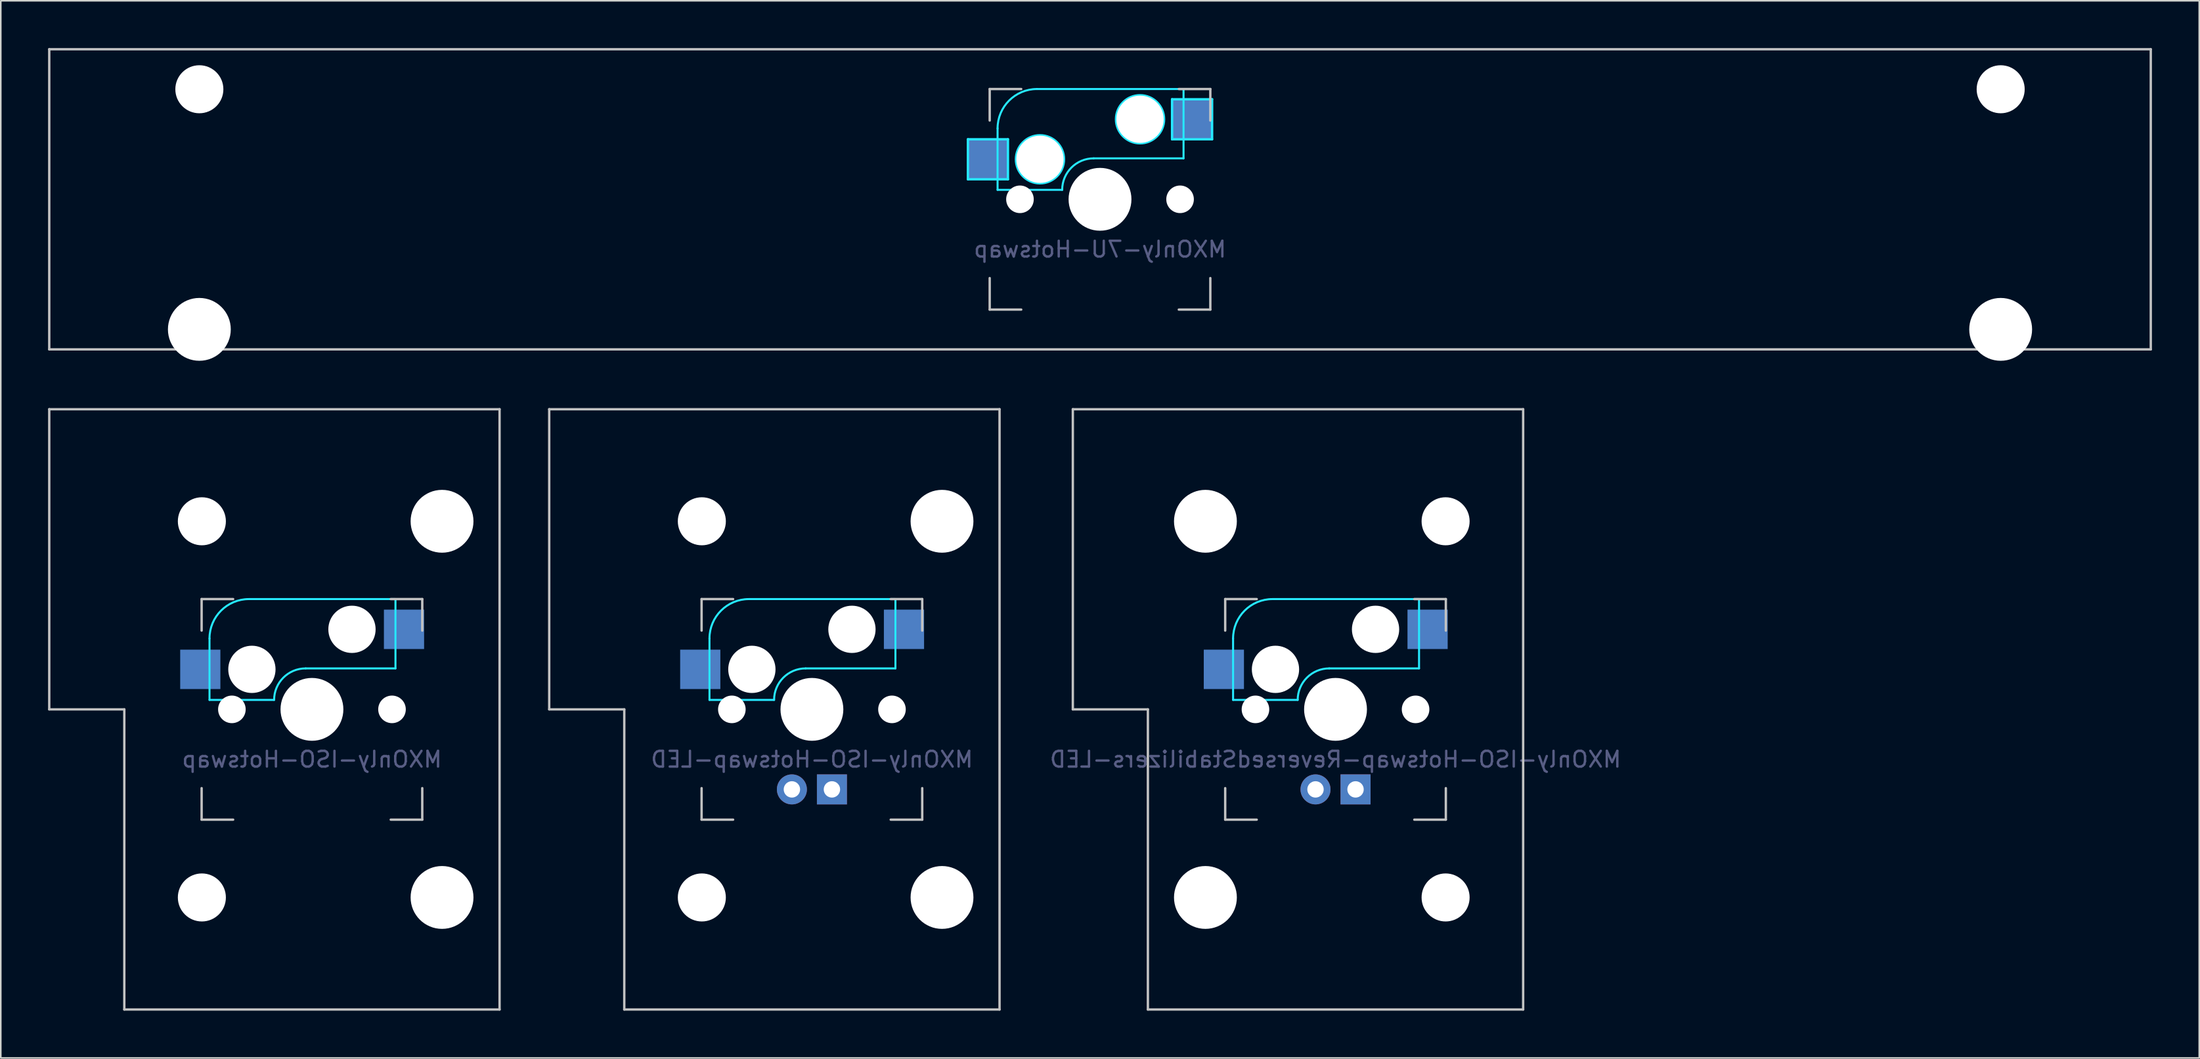
<source format=kicad_pcb>
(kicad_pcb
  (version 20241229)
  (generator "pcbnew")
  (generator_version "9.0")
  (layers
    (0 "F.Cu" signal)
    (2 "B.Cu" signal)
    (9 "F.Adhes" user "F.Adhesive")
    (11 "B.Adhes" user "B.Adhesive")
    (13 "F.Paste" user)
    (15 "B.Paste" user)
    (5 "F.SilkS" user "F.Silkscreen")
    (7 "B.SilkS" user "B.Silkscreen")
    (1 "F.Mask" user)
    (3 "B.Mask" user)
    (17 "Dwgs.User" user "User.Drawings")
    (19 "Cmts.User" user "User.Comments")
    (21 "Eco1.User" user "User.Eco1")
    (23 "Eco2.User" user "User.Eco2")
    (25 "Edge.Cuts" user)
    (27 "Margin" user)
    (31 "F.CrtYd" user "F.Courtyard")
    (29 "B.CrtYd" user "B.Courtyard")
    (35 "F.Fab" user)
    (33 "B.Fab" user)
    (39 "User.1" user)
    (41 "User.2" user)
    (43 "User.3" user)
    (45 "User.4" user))
  (footprint "MXOnly-ISO-Hotswap-LED"
    (layer "F.Cu")
    (at 48.469 41.974)
    (property "Reference" "MXOnly-ISO-Hotswap-LED" (at 0 3.175 0) (layer "B.Fab") (effects (font (size 1 1) (thickness 0.15)) (justify mirror)))
    (attr through_hole)
    (fp_line (start -16.669 -19.05) (end -16.669 0) (stroke (width 0.15) (type solid)) (layer "Dwgs.User"))
    (fp_line (start -16.669 -19.05) (end 11.906 -19.05) (stroke (width 0.15) (type solid)) (layer "Dwgs.User"))
    (fp_line (start -11.906 0) (end -16.669 0) (stroke (width 0.15) (type solid)) (layer "Dwgs.User"))
    (fp_line (start -11.906 19.05) (end -11.906 0) (stroke (width 0.15) (type solid)) (layer "Dwgs.User"))
    (fp_line (start -11.906 19.05) (end 11.906 19.05) (stroke (width 0.15) (type solid)) (layer "Dwgs.User"))
    (fp_line (start -7 -7) (end -7 -5) (stroke (width 0.15) (type solid)) (layer "Dwgs.User"))
    (fp_line (start -7 5) (end -7 7) (stroke (width 0.15) (type solid)) (layer "Dwgs.User"))
    (fp_line (start -7 7) (end -5 7) (stroke (width 0.15) (type solid)) (layer "Dwgs.User"))
    (fp_line (start -5 -7) (end -7 -7) (stroke (width 0.15) (type solid)) (layer "Dwgs.User"))
    (fp_line (start 5 -7) (end 7 -7) (stroke (width 0.15) (type solid)) (layer "Dwgs.User"))
    (fp_line (start 5 7) (end 7 7) (stroke (width 0.15) (type solid)) (layer "Dwgs.User"))
    (fp_line (start 7 -7) (end 7 -5) (stroke (width 0.15) (type solid)) (layer "Dwgs.User"))
    (fp_line (start 7 7) (end 7 5) (stroke (width 0.15) (type solid)) (layer "Dwgs.User"))
    (fp_line (start 11.906 -19.05) (end 11.906 19.05) (stroke (width 0.15) (type solid)) (layer "Dwgs.User"))
    (fp_line (start -6.5 -4.5) (end -6.5 -0.6) (stroke (width 0.127) (type solid)) (layer "B.CrtYd"))
    (fp_line (start -6.5 -0.6) (end -2.4 -0.6) (stroke (width 0.127) (type solid)) (layer "B.CrtYd"))
    (fp_line (start -0.4 -2.6) (end 5.3 -2.6) (stroke (width 0.127) (type solid)) (layer "B.CrtYd"))
    (fp_line (start 5.3 -7) (end -4 -7) (stroke (width 0.127) (type solid)) (layer "B.CrtYd"))
    (fp_line (start 5.3 -7) (end 5.3 -2.6) (stroke (width 0.127) (type solid)) (layer "B.CrtYd"))
    (fp_arc (start -6.5 -4.5) (mid -5.767767 -6.267767) (end -4 -7) (stroke (width 0.127) (type solid)) (layer "B.CrtYd"))
    (fp_arc (start -2.4 -0.6) (mid -1.814214 -2.014214) (end -0.4 -2.6) (stroke (width 0.127) (type solid)) (layer "B.CrtYd"))
    (pad "" np_thru_hole circle (at -6.985 -11.938) (size 3.048 3.048) (drill 3.048) (layers "*.Cu" "*.Mask"))
    (pad "" np_thru_hole circle (at -6.985 11.938) (size 3.048 3.048) (drill 3.048) (layers "*.Cu" "*.Mask"))
    (pad "" np_thru_hole circle (at -5.08 0 48.1) (size 1.75 1.75) (drill 1.75) (layers "*.Cu" "*.Mask"))
    (pad "" np_thru_hole circle (at -3.81 -2.54) (size 3 3) (drill 3) (layers "*.Cu" "*.Mask"))
    (pad "" np_thru_hole circle (at 0 0) (size 3.988 3.988) (drill 3.988) (layers "*.Cu" "*.Mask"))
    (pad "" np_thru_hole circle (at 2.54 -5.08) (size 3 3) (drill 3) (layers "*.Cu" "*.Mask"))
    (pad "" np_thru_hole circle (at 5.08 0 48.1) (size 1.75 1.75) (drill 1.75) (layers "*.Cu" "*.Mask"))
    (pad "" np_thru_hole circle (at 8.255 -11.938) (size 3.988 3.988) (drill 3.988) (layers "*.Cu" "*.Mask"))
    (pad "" np_thru_hole circle (at 8.255 11.938) (size 3.988 3.988) (drill 3.988) (layers "*.Cu" "*.Mask"))
    (pad "1" smd rect (at -7.085 -2.54) (size 2.55 2.5) (layers "B.Cu" "B.Mask" "B.Paste"))
    (pad "2" smd rect (at 5.842 -5.08) (size 2.55 2.5) (layers "B.Cu" "B.Mask" "B.Paste"))
    (pad "3" thru_hole circle (at -1.27 5.08) (size 1.905 1.905) (drill 1.04) (layers "*.Cu" "B.Mask"))
    (pad "4" thru_hole rect (at 1.27 5.08) (size 1.905 1.905) (drill 1.04) (layers "*.Cu" "B.Mask")))
  (footprint "MXOnly-ISO-Hotswap"
    (layer "F.Cu")
    (at 16.744 41.974)
    (property "Reference" "MXOnly-ISO-Hotswap" (at 0 3.175 0) (layer "B.Fab") (effects (font (size 1 1) (thickness 0.15)) (justify mirror)))
    (attr through_hole)
    (fp_line (start -16.669 -19.05) (end -16.669 0) (stroke (width 0.15) (type solid)) (layer "Dwgs.User"))
    (fp_line (start -16.669 -19.05) (end 11.906 -19.05) (stroke (width 0.15) (type solid)) (layer "Dwgs.User"))
    (fp_line (start -11.906 0) (end -16.669 0) (stroke (width 0.15) (type solid)) (layer "Dwgs.User"))
    (fp_line (start -11.906 19.05) (end -11.906 0) (stroke (width 0.15) (type solid)) (layer "Dwgs.User"))
    (fp_line (start -11.906 19.05) (end 11.906 19.05) (stroke (width 0.15) (type solid)) (layer "Dwgs.User"))
    (fp_line (start -7 -7) (end -7 -5) (stroke (width 0.15) (type solid)) (layer "Dwgs.User"))
    (fp_line (start -7 5) (end -7 7) (stroke (width 0.15) (type solid)) (layer "Dwgs.User"))
    (fp_line (start -7 7) (end -5 7) (stroke (width 0.15) (type solid)) (layer "Dwgs.User"))
    (fp_line (start -5 -7) (end -7 -7) (stroke (width 0.15) (type solid)) (layer "Dwgs.User"))
    (fp_line (start 5 -7) (end 7 -7) (stroke (width 0.15) (type solid)) (layer "Dwgs.User"))
    (fp_line (start 5 7) (end 7 7) (stroke (width 0.15) (type solid)) (layer "Dwgs.User"))
    (fp_line (start 7 -7) (end 7 -5) (stroke (width 0.15) (type solid)) (layer "Dwgs.User"))
    (fp_line (start 7 7) (end 7 5) (stroke (width 0.15) (type solid)) (layer "Dwgs.User"))
    (fp_line (start 11.906 -19.05) (end 11.906 19.05) (stroke (width 0.15) (type solid)) (layer "Dwgs.User"))
    (fp_line (start -6.5 -4.5) (end -6.5 -0.6) (stroke (width 0.127) (type solid)) (layer "B.CrtYd"))
    (fp_line (start -6.5 -0.6) (end -2.4 -0.6) (stroke (width 0.127) (type solid)) (layer "B.CrtYd"))
    (fp_line (start -0.4 -2.6) (end 5.3 -2.6) (stroke (width 0.127) (type solid)) (layer "B.CrtYd"))
    (fp_line (start 5.3 -7) (end -4 -7) (stroke (width 0.127) (type solid)) (layer "B.CrtYd"))
    (fp_line (start 5.3 -7) (end 5.3 -2.6) (stroke (width 0.127) (type solid)) (layer "B.CrtYd"))
    (fp_arc (start -6.5 -4.5) (mid -5.767767 -6.267767) (end -4 -7) (stroke (width 0.127) (type solid)) (layer "B.CrtYd"))
    (fp_arc (start -2.4 -0.6) (mid -1.814214 -2.014214) (end -0.4 -2.6) (stroke (width 0.127) (type solid)) (layer "B.CrtYd"))
    (pad "" np_thru_hole circle (at -6.985 -11.938) (size 3.048 3.048) (drill 3.048) (layers "*.Cu" "*.Mask"))
    (pad "" np_thru_hole circle (at -6.985 11.938) (size 3.048 3.048) (drill 3.048) (layers "*.Cu" "*.Mask"))
    (pad "" np_thru_hole circle (at -5.08 0 48.1) (size 1.75 1.75) (drill 1.75) (layers "*.Cu" "*.Mask"))
    (pad "" np_thru_hole circle (at -3.81 -2.54) (size 3 3) (drill 3) (layers "*.Cu" "*.Mask"))
    (pad "" np_thru_hole circle (at 0 0) (size 3.988 3.988) (drill 3.988) (layers "*.Cu" "*.Mask"))
    (pad "" np_thru_hole circle (at 2.54 -5.08) (size 3 3) (drill 3) (layers "*.Cu" "*.Mask"))
    (pad "" np_thru_hole circle (at 5.08 0 48.1) (size 1.75 1.75) (drill 1.75) (layers "*.Cu" "*.Mask"))
    (pad "" np_thru_hole circle (at 8.255 -11.938) (size 3.988 3.988) (drill 3.988) (layers "*.Cu" "*.Mask"))
    (pad "" np_thru_hole circle (at 8.255 11.938) (size 3.988 3.988) (drill 3.988) (layers "*.Cu" "*.Mask"))
    (pad "1" smd rect (at -7.085 -2.54) (size 2.55 2.5) (layers "B.Cu" "B.Mask" "B.Paste"))
    (pad "2" smd rect (at 5.842 -5.08) (size 2.55 2.5) (layers "B.Cu" "B.Mask" "B.Paste")))
  (footprint "MXOnly-ISO-Hotswap-ReversedStabilizers-LED"
    (layer "F.Cu")
    (at 81.694 41.974)
    (property "Reference" "MXOnly-ISO-Hotswap-ReversedStabilizers-LED" (at 0 3.175 0) (layer "B.Fab") (effects (font (size 1 1) (thickness 0.15)) (justify mirror)))
    (attr through_hole)
    (fp_line (start -16.669 -19.05) (end -16.669 0) (stroke (width 0.15) (type solid)) (layer "Dwgs.User"))
    (fp_line (start -16.669 -19.05) (end 11.906 -19.05) (stroke (width 0.15) (type solid)) (layer "Dwgs.User"))
    (fp_line (start -11.906 0) (end -16.669 0) (stroke (width 0.15) (type solid)) (layer "Dwgs.User"))
    (fp_line (start -11.906 19.05) (end -11.906 0) (stroke (width 0.15) (type solid)) (layer "Dwgs.User"))
    (fp_line (start -11.906 19.05) (end 11.906 19.05) (stroke (width 0.15) (type solid)) (layer "Dwgs.User"))
    (fp_line (start -7 -7) (end -7 -5) (stroke (width 0.15) (type solid)) (layer "Dwgs.User"))
    (fp_line (start -7 5) (end -7 7) (stroke (width 0.15) (type solid)) (layer "Dwgs.User"))
    (fp_line (start -7 7) (end -5 7) (stroke (width 0.15) (type solid)) (layer "Dwgs.User"))
    (fp_line (start -5 -7) (end -7 -7) (stroke (width 0.15) (type solid)) (layer "Dwgs.User"))
    (fp_line (start 5 -7) (end 7 -7) (stroke (width 0.15) (type solid)) (layer "Dwgs.User"))
    (fp_line (start 5 7) (end 7 7) (stroke (width 0.15) (type solid)) (layer "Dwgs.User"))
    (fp_line (start 7 -7) (end 7 -5) (stroke (width 0.15) (type solid)) (layer "Dwgs.User"))
    (fp_line (start 7 7) (end 7 5) (stroke (width 0.15) (type solid)) (layer "Dwgs.User"))
    (fp_line (start 11.906 -19.05) (end 11.906 19.05) (stroke (width 0.15) (type solid)) (layer "Dwgs.User"))
    (fp_line (start -6.5 -4.5) (end -6.5 -0.6) (stroke (width 0.127) (type solid)) (layer "B.CrtYd"))
    (fp_line (start -6.5 -0.6) (end -2.4 -0.6) (stroke (width 0.127) (type solid)) (layer "B.CrtYd"))
    (fp_line (start -0.4 -2.6) (end 5.3 -2.6) (stroke (width 0.127) (type solid)) (layer "B.CrtYd"))
    (fp_line (start 5.3 -7) (end -4 -7) (stroke (width 0.127) (type solid)) (layer "B.CrtYd"))
    (fp_line (start 5.3 -7) (end 5.3 -2.6) (stroke (width 0.127) (type solid)) (layer "B.CrtYd"))
    (fp_arc (start -6.5 -4.5) (mid -5.767767 -6.267767) (end -4 -7) (stroke (width 0.127) (type solid)) (layer "B.CrtYd"))
    (fp_arc (start -2.4 -0.6) (mid -1.814214 -2.014214) (end -0.4 -2.6) (stroke (width 0.127) (type solid)) (layer "B.CrtYd"))
    (pad "" np_thru_hole circle (at -8.255 -11.938) (size 3.988 3.988) (drill 3.988) (layers "*.Cu" "*.Mask"))
    (pad "" np_thru_hole circle (at -8.255 11.938) (size 3.988 3.988) (drill 3.988) (layers "*.Cu" "*.Mask"))
    (pad "" np_thru_hole circle (at -5.08 0 48.1) (size 1.75 1.75) (drill 1.75) (layers "*.Cu" "*.Mask"))
    (pad "" np_thru_hole circle (at -3.81 -2.54) (size 3 3) (drill 3) (layers "*.Cu" "*.Mask"))
    (pad "" np_thru_hole circle (at 0 0) (size 3.988 3.988) (drill 3.988) (layers "*.Cu" "*.Mask"))
    (pad "" np_thru_hole circle (at 2.54 -5.08) (size 3 3) (drill 3) (layers "*.Cu" "*.Mask"))
    (pad "" np_thru_hole circle (at 5.08 0 48.1) (size 1.75 1.75) (drill 1.75) (layers "*.Cu" "*.Mask"))
    (pad "" np_thru_hole circle (at 6.985 -11.938) (size 3.048 3.048) (drill 3.048) (layers "*.Cu" "*.Mask"))
    (pad "" np_thru_hole circle (at 6.985 11.938) (size 3.048 3.048) (drill 3.048) (layers "*.Cu" "*.Mask"))
    (pad "1" smd rect (at -7.085 -2.54) (size 2.55 2.5) (layers "B.Cu" "B.Mask" "B.Paste"))
    (pad "2" smd rect (at 5.842 -5.08) (size 2.55 2.5) (layers "B.Cu" "B.Mask" "B.Paste"))
    (pad "3" thru_hole circle (at -1.27 5.08) (size 1.905 1.905) (drill 1.04) (layers "*.Cu" "B.Mask"))
    (pad "4" thru_hole rect (at 1.27 5.08) (size 1.905 1.905) (drill 1.04) (layers "*.Cu" "B.Mask")))
  (footprint "MXOnly-7U-Hotswap"
    (layer "F.Cu")
    (at 66.75 9.6)
    (property "Reference" "MXOnly-7U-Hotswap" (at 0 3.175 0) (layer "B.Fab") (effects (font (size 1 1) (thickness 0.15)) (justify mirror)))
    (attr smd)
    (fp_line (start -66.675 -9.525) (end 66.675 -9.525) (stroke (width 0.15) (type solid)) (layer "Dwgs.User"))
    (fp_line (start -66.675 9.525) (end -66.675 -9.525) (stroke (width 0.15) (type solid)) (layer "Dwgs.User"))
    (fp_line (start -7 -7) (end -7 -5) (stroke (width 0.15) (type solid)) (layer "Dwgs.User"))
    (fp_line (start -7 5) (end -7 7) (stroke (width 0.15) (type solid)) (layer "Dwgs.User"))
    (fp_line (start -7 7) (end -5 7) (stroke (width 0.15) (type solid)) (layer "Dwgs.User"))
    (fp_line (start -5 -7) (end -7 -7) (stroke (width 0.15) (type solid)) (layer "Dwgs.User"))
    (fp_line (start 5 -7) (end 7 -7) (stroke (width 0.15) (type solid)) (layer "Dwgs.User"))
    (fp_line (start 5 7) (end 7 7) (stroke (width 0.15) (type solid)) (layer "Dwgs.User"))
    (fp_line (start 7 -7) (end 7 -5) (stroke (width 0.15) (type solid)) (layer "Dwgs.User"))
    (fp_line (start 7 7) (end 7 5) (stroke (width 0.15) (type solid)) (layer "Dwgs.User"))
    (fp_line (start 66.675 -9.525) (end 66.675 9.525) (stroke (width 0.15) (type solid)) (layer "Dwgs.User"))
    (fp_line (start 66.675 9.525) (end -66.675 9.525) (stroke (width 0.15) (type solid)) (layer "Dwgs.User"))
    (fp_line (start -8.382 -3.81) (end -5.842 -3.81) (stroke (width 0.15) (type solid)) (layer "B.CrtYd"))
    (fp_line (start -8.382 -1.27) (end -8.382 -3.81) (stroke (width 0.15) (type solid)) (layer "B.CrtYd"))
    (fp_line (start -6.5 -4.5) (end -6.5 -0.6) (stroke (width 0.127) (type solid)) (layer "B.CrtYd"))
    (fp_line (start -6.5 -0.6) (end -2.4 -0.6) (stroke (width 0.127) (type solid)) (layer "B.CrtYd"))
    (fp_line (start -5.842 -3.81) (end -5.842 -1.27) (stroke (width 0.15) (type solid)) (layer "B.CrtYd"))
    (fp_line (start -5.842 -1.27) (end -8.382 -1.27) (stroke (width 0.15) (type solid)) (layer "B.CrtYd"))
    (fp_line (start -0.4 -2.6) (end 5.3 -2.6) (stroke (width 0.127) (type solid)) (layer "B.CrtYd"))
    (fp_line (start 4.572 -6.35) (end 7.112 -6.35) (stroke (width 0.15) (type solid)) (layer "B.CrtYd"))
    (fp_line (start 4.572 -3.81) (end 4.572 -6.35) (stroke (width 0.15) (type solid)) (layer "B.CrtYd"))
    (fp_line (start 5.3 -7) (end -4 -7) (stroke (width 0.127) (type solid)) (layer "B.CrtYd"))
    (fp_line (start 5.3 -7) (end 5.3 -2.6) (stroke (width 0.127) (type solid)) (layer "B.CrtYd"))
    (fp_line (start 7.112 -6.35) (end 7.112 -3.81) (stroke (width 0.15) (type solid)) (layer "B.CrtYd"))
    (fp_line (start 7.112 -3.81) (end 4.572 -3.81) (stroke (width 0.15) (type solid)) (layer "B.CrtYd"))
    (fp_arc (start -6.5 -4.5) (mid -5.767767 -6.267767) (end -4 -7) (stroke (width 0.127) (type solid)) (layer "B.CrtYd"))
    (fp_arc (start -2.4 -0.6) (mid -1.814214 -2.014214) (end -0.4 -2.6) (stroke (width 0.127) (type solid)) (layer "B.CrtYd"))
    (fp_circle (center -3.81 -2.54) (end -3.81 -4.064) (stroke (width 0.15) (type solid)) (fill no) (layer "B.CrtYd"))
    (fp_circle (center 2.54 -5.08) (end 2.54 -6.604) (stroke (width 0.15) (type solid)) (fill no) (layer "B.CrtYd"))
    (pad "" np_thru_hole circle (at -57.15 -6.985) (size 3.048 3.048) (drill 3.048) (layers "*.Cu" "*.Mask"))
    (pad "" np_thru_hole circle (at -57.15 8.255) (size 3.988 3.988) (drill 3.988) (layers "*.Cu" "*.Mask"))
    (pad "" np_thru_hole circle (at -5.08 0 48.1) (size 1.75 1.75) (drill 1.75) (layers "*.Cu" "*.Mask"))
    (pad "" np_thru_hole circle (at -3.81 -2.54) (size 3 3) (drill 3) (layers "*.Cu" "*.Mask"))
    (pad "" np_thru_hole circle (at 0 0) (size 3.988 3.988) (drill 3.988) (layers "*.Cu" "*.Mask"))
    (pad "" np_thru_hole circle (at 2.54 -5.08) (size 3 3) (drill 3) (layers "*.Cu" "*.Mask"))
    (pad "" np_thru_hole circle (at 5.08 0 48.1) (size 1.75 1.75) (drill 1.75) (layers "*.Cu" "*.Mask"))
    (pad "" np_thru_hole circle (at 57.15 -6.985) (size 3.048 3.048) (drill 3.048) (layers "*.Cu" "*.Mask"))
    (pad "" np_thru_hole circle (at 57.15 8.255) (size 3.988 3.988) (drill 3.988) (layers "*.Cu" "*.Mask"))
    (pad "1" smd rect (at -7.085 -2.54) (size 2.55 2.5) (layers "B.Cu" "B.Mask" "B.Paste"))
    (pad "2" smd rect (at 5.842 -5.08) (size 2.55 2.5) (layers "B.Cu" "B.Mask" "B.Paste")))
  (gr_rect
    (start -3 -3)
    (end 136.5 64.099)
    (stroke (width 0.1) (type default))
    (fill no)
    (layer "Edge.Cuts")))
</source>
